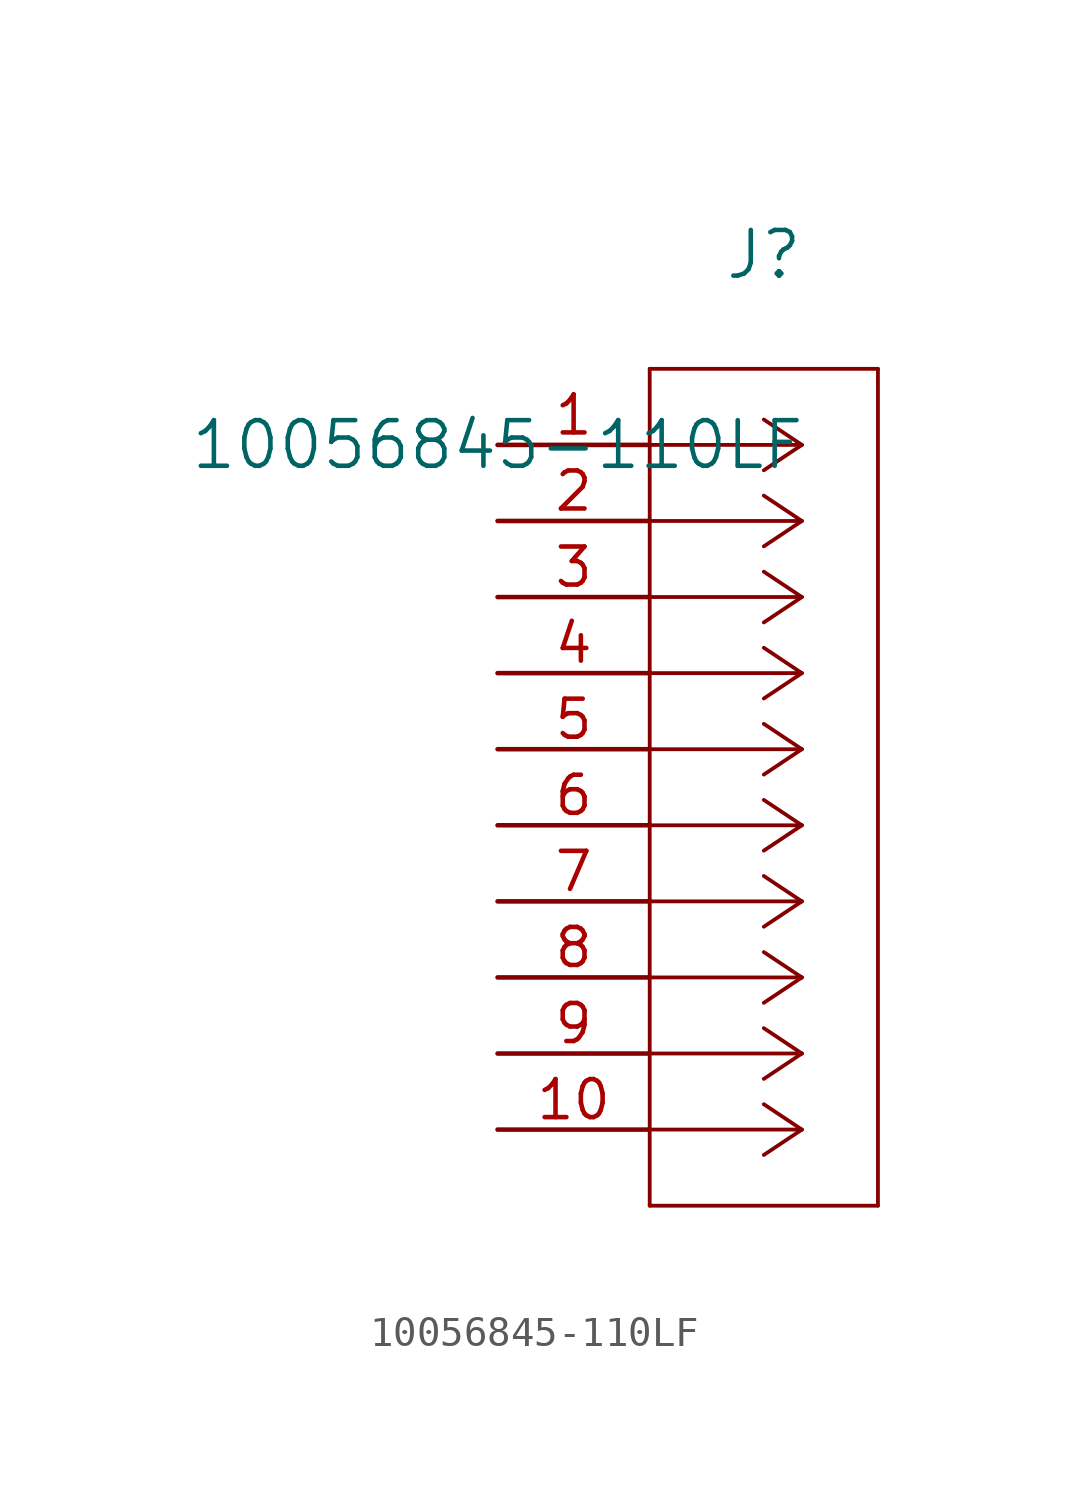
<source format=kicad_sym>
(kicad_symbol_lib
  (version 20211014)
  (generator kicad_symbol_editor)
  (symbol "10056845-110LF"
    (pin_names
      (offset 0.254))
    (property "Reference" "J"
      (at 8.89 6.35 0)
      (effects (font (size 1.524 1.524))))
    (property "Value" "10056845-110LF"
      (at 0 0 0)
      (effects (font (size 1.524 1.524))))
    (symbol "10056845-110LF_0_1"
      (polyline (pts (xy 10.16 0) (xy 5.08 0)) (stroke (width 0.127) (type default) (color 0 0 0 0)) (fill (type none)))
      (polyline (pts (xy 10.16 -2.54) (xy 5.08 -2.54)) (stroke (width 0.127) (type default) (color 0 0 0 0)) (fill (type none)))
      (polyline (pts (xy 10.16 -5.08) (xy 5.08 -5.08)) (stroke (width 0.127) (type default) (color 0 0 0 0)) (fill (type none)))
      (polyline (pts (xy 10.16 -7.62) (xy 5.08 -7.62)) (stroke (width 0.127) (type default) (color 0 0 0 0)) (fill (type none)))
      (polyline (pts (xy 10.16 -10.16) (xy 5.08 -10.16)) (stroke (width 0.127) (type default) (color 0 0 0 0)) (fill (type none)))
      (polyline (pts (xy 10.16 -12.7) (xy 5.08 -12.7)) (stroke (width 0.127) (type default) (color 0 0 0 0)) (fill (type none)))
      (polyline (pts (xy 10.16 -15.24) (xy 5.08 -15.24)) (stroke (width 0.127) (type default) (color 0 0 0 0)) (fill (type none)))
      (polyline (pts (xy 10.16 -17.78) (xy 5.08 -17.78)) (stroke (width 0.127) (type default) (color 0 0 0 0)) (fill (type none)))
      (polyline (pts (xy 10.16 -20.32) (xy 5.08 -20.32)) (stroke (width 0.127) (type default) (color 0 0 0 0)) (fill (type none)))
      (polyline (pts (xy 10.16 -22.86) (xy 5.08 -22.86)) (stroke (width 0.127) (type default) (color 0 0 0 0)) (fill (type none)))
      (polyline (pts (xy 10.16 0) (xy 8.89 0.847)) (stroke (width 0.127) (type default) (color 0 0 0 0)) (fill (type none)))
      (polyline (pts (xy 10.16 -2.54) (xy 8.89 -1.693)) (stroke (width 0.127) (type default) (color 0 0 0 0)) (fill (type none)))
      (polyline (pts (xy 10.16 -5.08) (xy 8.89 -4.233)) (stroke (width 0.127) (type default) (color 0 0 0 0)) (fill (type none)))
      (polyline (pts (xy 10.16 -7.62) (xy 8.89 -6.773)) (stroke (width 0.127) (type default) (color 0 0 0 0)) (fill (type none)))
      (polyline (pts (xy 10.16 -10.16) (xy 8.89 -9.313)) (stroke (width 0.127) (type default) (color 0 0 0 0)) (fill (type none)))
      (polyline (pts (xy 10.16 -12.7) (xy 8.89 -11.853)) (stroke (width 0.127) (type default) (color 0 0 0 0)) (fill (type none)))
      (polyline (pts (xy 10.16 -15.24) (xy 8.89 -14.393)) (stroke (width 0.127) (type default) (color 0 0 0 0)) (fill (type none)))
      (polyline (pts (xy 10.16 -17.78) (xy 8.89 -16.933)) (stroke (width 0.127) (type default) (color 0 0 0 0)) (fill (type none)))
      (polyline (pts (xy 10.16 -20.32) (xy 8.89 -19.473)) (stroke (width 0.127) (type default) (color 0 0 0 0)) (fill (type none)))
      (polyline (pts (xy 10.16 -22.86) (xy 8.89 -22.013)) (stroke (width 0.127) (type default) (color 0 0 0 0)) (fill (type none)))
      (polyline (pts (xy 10.16 0) (xy 8.89 -0.847)) (stroke (width 0.127) (type default) (color 0 0 0 0)) (fill (type none)))
      (polyline (pts (xy 10.16 -2.54) (xy 8.89 -3.387)) (stroke (width 0.127) (type default) (color 0 0 0 0)) (fill (type none)))
      (polyline (pts (xy 10.16 -5.08) (xy 8.89 -5.927)) (stroke (width 0.127) (type default) (color 0 0 0 0)) (fill (type none)))
      (polyline (pts (xy 10.16 -7.62) (xy 8.89 -8.467)) (stroke (width 0.127) (type default) (color 0 0 0 0)) (fill (type none)))
      (polyline (pts (xy 10.16 -10.16) (xy 8.89 -11.007)) (stroke (width 0.127) (type default) (color 0 0 0 0)) (fill (type none)))
      (polyline (pts (xy 10.16 -12.7) (xy 8.89 -13.547)) (stroke (width 0.127) (type default) (color 0 0 0 0)) (fill (type none)))
      (polyline (pts (xy 10.16 -15.24) (xy 8.89 -16.087)) (stroke (width 0.127) (type default) (color 0 0 0 0)) (fill (type none)))
      (polyline (pts (xy 10.16 -17.78) (xy 8.89 -18.627)) (stroke (width 0.127) (type default) (color 0 0 0 0)) (fill (type none)))
      (polyline (pts (xy 10.16 -20.32) (xy 8.89 -21.167)) (stroke (width 0.127) (type default) (color 0 0 0 0)) (fill (type none)))
      (polyline (pts (xy 10.16 -22.86) (xy 8.89 -23.707)) (stroke (width 0.127) (type default) (color 0 0 0 0)) (fill (type none)))
      (polyline (pts (xy 5.08 2.54) (xy 5.08 -25.4)) (stroke (width 0.127) (type default) (color 0 0 0 0)) (fill (type none)))
      (polyline (pts (xy 5.08 -25.4) (xy 12.7 -25.4)) (stroke (width 0.127) (type default) (color 0 0 0 0)) (fill (type none)))
      (polyline (pts (xy 12.7 -25.4) (xy 12.7 2.54)) (stroke (width 0.127) (type default) (color 0 0 0 0)) (fill (type none)))
      (polyline (pts (xy 12.7 2.54) (xy 5.08 2.54)) (stroke (width 0.127) (type default) (color 0 0 0 0)) (fill (type none)))
      (pin unspecified line (at 0 0 0) (length 5.08) (name "" (effects (font (size 1.27 1.27)))) (number "1" (effects (font (size 1.27 1.27)))))
      (pin unspecified line (at 0 -2.54 0) (length 5.08) (name "" (effects (font (size 1.27 1.27)))) (number "2" (effects (font (size 1.27 1.27)))))
      (pin unspecified line (at 0 -5.08 0) (length 5.08) (name "" (effects (font (size 1.27 1.27)))) (number "3" (effects (font (size 1.27 1.27)))))
      (pin unspecified line (at 0 -7.62 0) (length 5.08) (name "" (effects (font (size 1.27 1.27)))) (number "4" (effects (font (size 1.27 1.27)))))
      (pin unspecified line (at 0 -10.16 0) (length 5.08) (name "" (effects (font (size 1.27 1.27)))) (number "5" (effects (font (size 1.27 1.27)))))
      (pin unspecified line (at 0 -12.7 0) (length 5.08) (name "" (effects (font (size 1.27 1.27)))) (number "6" (effects (font (size 1.27 1.27)))))
      (pin unspecified line (at 0 -15.24 0) (length 5.08) (name "" (effects (font (size 1.27 1.27)))) (number "7" (effects (font (size 1.27 1.27)))))
      (pin unspecified line (at 0 -17.78 0) (length 5.08) (name "" (effects (font (size 1.27 1.27)))) (number "8" (effects (font (size 1.27 1.27)))))
      (pin unspecified line (at 0 -20.32 0) (length 5.08) (name "" (effects (font (size 1.27 1.27)))) (number "9" (effects (font (size 1.27 1.27)))))
      (pin unspecified line (at 0 -22.86 0) (length 5.08) (name "" (effects (font (size 1.27 1.27)))) (number "10" (effects (font (size 1.27 1.27))))))))
</source>
